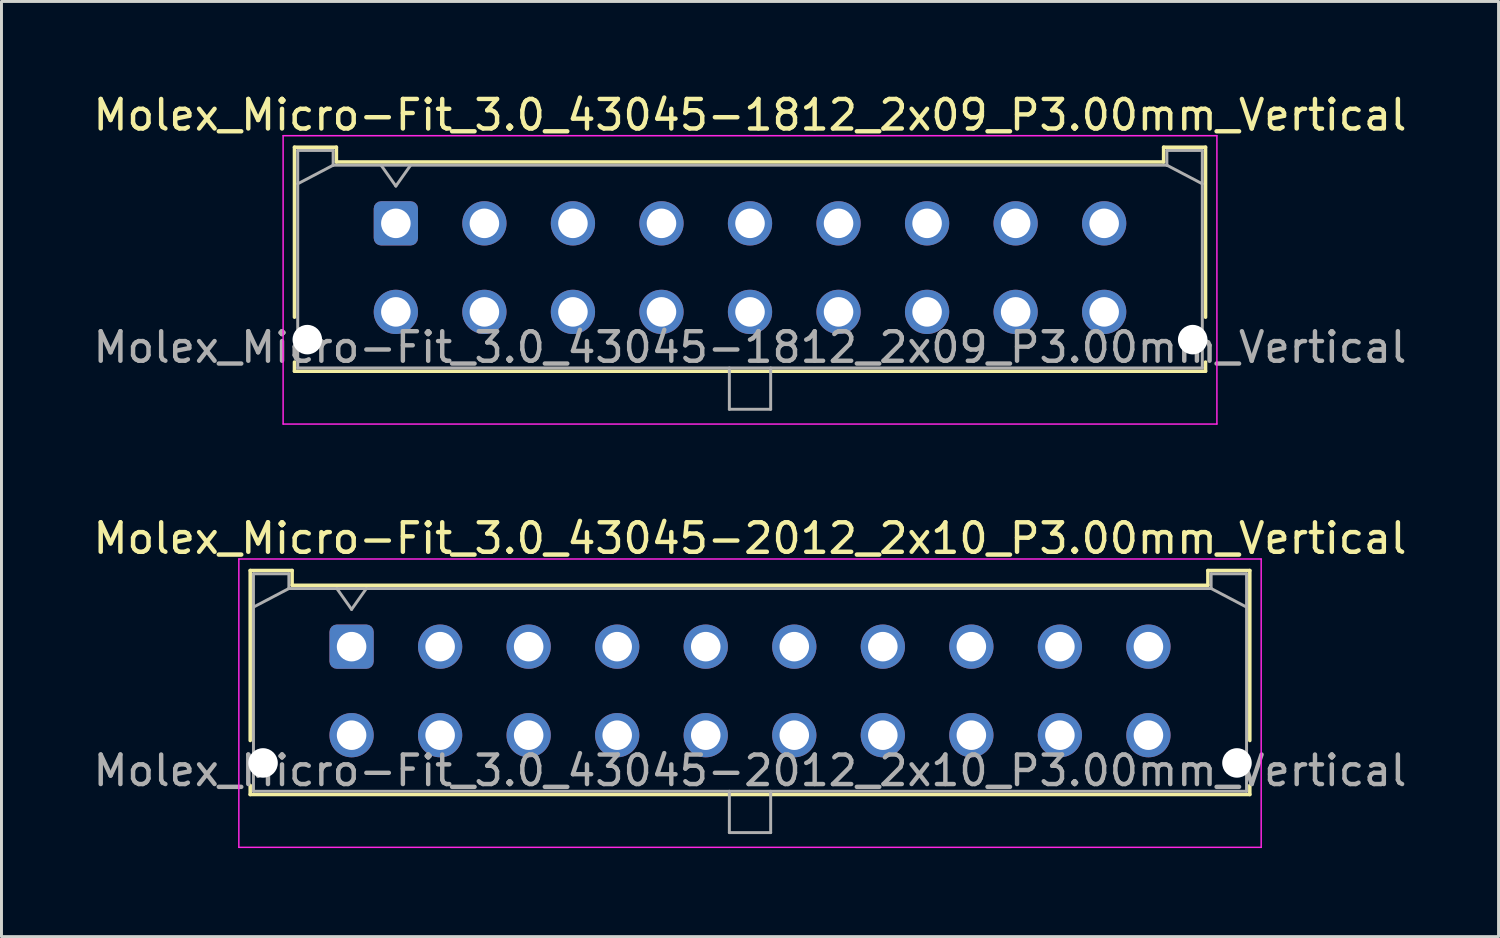
<source format=kicad_pcb>
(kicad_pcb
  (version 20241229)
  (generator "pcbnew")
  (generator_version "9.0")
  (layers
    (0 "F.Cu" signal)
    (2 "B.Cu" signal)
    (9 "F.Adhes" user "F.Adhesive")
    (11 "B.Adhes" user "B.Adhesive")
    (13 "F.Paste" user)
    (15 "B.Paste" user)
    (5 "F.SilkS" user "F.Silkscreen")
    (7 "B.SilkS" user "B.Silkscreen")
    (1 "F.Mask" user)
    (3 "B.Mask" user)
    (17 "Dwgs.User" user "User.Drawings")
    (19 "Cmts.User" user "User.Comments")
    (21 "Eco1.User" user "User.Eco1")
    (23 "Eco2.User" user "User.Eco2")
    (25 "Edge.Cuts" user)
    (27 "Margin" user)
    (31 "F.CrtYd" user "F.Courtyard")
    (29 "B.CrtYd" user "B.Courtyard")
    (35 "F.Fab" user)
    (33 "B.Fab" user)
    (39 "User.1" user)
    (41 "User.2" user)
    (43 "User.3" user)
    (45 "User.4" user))
  (footprint "Molex_Micro-Fit_3.0_43045-1812_2x09_P3.00mm_Vertical"
    (layer "F.Cu")
    (at 10.363 4.518)
    (property "Reference" "Molex_Micro-Fit_3.0_43045-1812_2x09_P3.00mm_Vertical" (at 12 -3.67 0) (layer "F.SilkS") (effects (font (size 1 1) (thickness 0.15))))
    (attr through_hole)
    (fp_line (start -3.435 -2.58) (end -2.015 -2.58) (stroke (width 0.12) (type solid)) (layer "F.SilkS"))
    (fp_line (start -3.435 3.18) (end -3.435 -2.58) (stroke (width 0.12) (type solid)) (layer "F.SilkS"))
    (fp_line (start -3.435 4.7) (end -3.435 5.01) (stroke (width 0.12) (type solid)) (layer "F.SilkS"))
    (fp_line (start -3.435 5.01) (end 27.435 5.01) (stroke (width 0.12) (type solid)) (layer "F.SilkS"))
    (fp_line (start -2.015 -2.58) (end -2.015 -2.08) (stroke (width 0.12) (type solid)) (layer "F.SilkS"))
    (fp_line (start -2.015 -2.08) (end 26.015 -2.08) (stroke (width 0.12) (type solid)) (layer "F.SilkS"))
    (fp_line (start 26.015 -2.58) (end 27.435 -2.58) (stroke (width 0.12) (type solid)) (layer "F.SilkS"))
    (fp_line (start 26.015 -2.08) (end 26.015 -2.58) (stroke (width 0.12) (type solid)) (layer "F.SilkS"))
    (fp_line (start 27.435 -2.58) (end 27.435 3.18) (stroke (width 0.12) (type solid)) (layer "F.SilkS"))
    (fp_line (start 27.435 5.01) (end 27.435 4.7) (stroke (width 0.12) (type solid)) (layer "F.SilkS"))
    (fp_line (start -3.82 -2.97) (end 27.82 -2.97) (stroke (width 0.05) (type solid)) (layer "F.CrtYd"))
    (fp_line (start -3.82 6.8) (end -3.82 -2.97) (stroke (width 0.05) (type solid)) (layer "F.CrtYd"))
    (fp_line (start 27.82 -2.97) (end 27.82 6.8) (stroke (width 0.05) (type solid)) (layer "F.CrtYd"))
    (fp_line (start 27.82 6.8) (end -3.82 6.8) (stroke (width 0.05) (type solid)) (layer "F.CrtYd"))
    (fp_line (start -3.325 -2.47) (end -3.325 4.9) (stroke (width 0.1) (type solid)) (layer "F.Fab"))
    (fp_line (start -3.325 -1.34) (end -2.125 -1.97) (stroke (width 0.1) (type solid)) (layer "F.Fab"))
    (fp_line (start -3.325 4.9) (end 27.325 4.9) (stroke (width 0.1) (type solid)) (layer "F.Fab"))
    (fp_line (start -2.125 -2.47) (end -3.325 -2.47) (stroke (width 0.1) (type solid)) (layer "F.Fab"))
    (fp_line (start -2.125 -1.97) (end -2.125 -2.47) (stroke (width 0.1) (type solid)) (layer "F.Fab"))
    (fp_line (start -0.5 -1.97) (end 0 -1.263) (stroke (width 0.1) (type solid)) (layer "F.Fab"))
    (fp_line (start 0 -1.263) (end 0.5 -1.97) (stroke (width 0.1) (type solid)) (layer "F.Fab"))
    (fp_line (start 11.3 4.9) (end 11.3 6.3) (stroke (width 0.1) (type solid)) (layer "F.Fab"))
    (fp_line (start 11.3 6.3) (end 12.7 6.3) (stroke (width 0.1) (type solid)) (layer "F.Fab"))
    (fp_line (start 12.7 6.3) (end 12.7 4.9) (stroke (width 0.1) (type solid)) (layer "F.Fab"))
    (fp_line (start 26.125 -2.47) (end 26.125 -1.97) (stroke (width 0.1) (type solid)) (layer "F.Fab"))
    (fp_line (start 26.125 -1.97) (end -2.125 -1.97) (stroke (width 0.1) (type solid)) (layer "F.Fab"))
    (fp_line (start 27.325 -2.47) (end 26.125 -2.47) (stroke (width 0.1) (type solid)) (layer "F.Fab"))
    (fp_line (start 27.325 -1.34) (end 26.125 -1.97) (stroke (width 0.1) (type solid)) (layer "F.Fab"))
    (fp_line (start 27.325 4.9) (end 27.325 -2.47) (stroke (width 0.1) (type solid)) (layer "F.Fab"))
    (fp_text user "${REFERENCE}" (at 12 4.2 0) (layer "F.Fab") (effects (font (size 1 1) (thickness 0.15))))
    (pad "" np_thru_hole circle (at -3 3.94) (size 1 1) (drill 1) (layers "*.Cu" "*.Mask"))
    (pad "" np_thru_hole circle (at 27 3.94) (size 1 1) (drill 1) (layers "*.Cu" "*.Mask"))
    (pad "1" thru_hole roundrect (at 0 0) (size 1.5 1.5) (drill 1) (layers "*.Cu" "*.Mask") (roundrect_rratio 0.167))
    (pad "2" thru_hole circle (at 3 0) (size 1.5 1.5) (drill 1) (layers "*.Cu" "*.Mask"))
    (pad "3" thru_hole circle (at 6 0) (size 1.5 1.5) (drill 1) (layers "*.Cu" "*.Mask"))
    (pad "4" thru_hole circle (at 9 0) (size 1.5 1.5) (drill 1) (layers "*.Cu" "*.Mask"))
    (pad "5" thru_hole circle (at 12 0) (size 1.5 1.5) (drill 1) (layers "*.Cu" "*.Mask"))
    (pad "6" thru_hole circle (at 15 0) (size 1.5 1.5) (drill 1) (layers "*.Cu" "*.Mask"))
    (pad "7" thru_hole circle (at 18 0) (size 1.5 1.5) (drill 1) (layers "*.Cu" "*.Mask"))
    (pad "8" thru_hole circle (at 21 0) (size 1.5 1.5) (drill 1) (layers "*.Cu" "*.Mask"))
    (pad "9" thru_hole circle (at 24 0) (size 1.5 1.5) (drill 1) (layers "*.Cu" "*.Mask"))
    (pad "10" thru_hole circle (at 0 3) (size 1.5 1.5) (drill 1) (layers "*.Cu" "*.Mask"))
    (pad "11" thru_hole circle (at 3 3) (size 1.5 1.5) (drill 1) (layers "*.Cu" "*.Mask"))
    (pad "12" thru_hole circle (at 6 3) (size 1.5 1.5) (drill 1) (layers "*.Cu" "*.Mask"))
    (pad "13" thru_hole circle (at 9 3) (size 1.5 1.5) (drill 1) (layers "*.Cu" "*.Mask"))
    (pad "14" thru_hole circle (at 12 3) (size 1.5 1.5) (drill 1) (layers "*.Cu" "*.Mask"))
    (pad "15" thru_hole circle (at 15 3) (size 1.5 1.5) (drill 1) (layers "*.Cu" "*.Mask"))
    (pad "16" thru_hole circle (at 18 3) (size 1.5 1.5) (drill 1) (layers "*.Cu" "*.Mask"))
    (pad "17" thru_hole circle (at 21 3) (size 1.5 1.5) (drill 1) (layers "*.Cu" "*.Mask"))
    (pad "18" thru_hole circle (at 24 3) (size 1.5 1.5) (drill 1) (layers "*.Cu" "*.Mask")))
  (footprint "Molex_Micro-Fit_3.0_43045-2012_2x10_P3.00mm_Vertical"
    (layer "F.Cu")
    (at 8.863 18.861)
    (property "Reference" "Molex_Micro-Fit_3.0_43045-2012_2x10_P3.00mm_Vertical" (at 13.5 -3.67 0) (layer "F.SilkS") (effects (font (size 1 1) (thickness 0.15))))
    (attr through_hole)
    (fp_line (start -3.435 -2.58) (end -2.015 -2.58) (stroke (width 0.12) (type solid)) (layer "F.SilkS"))
    (fp_line (start -3.435 3.18) (end -3.435 -2.58) (stroke (width 0.12) (type solid)) (layer "F.SilkS"))
    (fp_line (start -3.435 4.7) (end -3.435 5.01) (stroke (width 0.12) (type solid)) (layer "F.SilkS"))
    (fp_line (start -3.435 5.01) (end 30.435 5.01) (stroke (width 0.12) (type solid)) (layer "F.SilkS"))
    (fp_line (start -2.015 -2.58) (end -2.015 -2.08) (stroke (width 0.12) (type solid)) (layer "F.SilkS"))
    (fp_line (start -2.015 -2.08) (end 29.015 -2.08) (stroke (width 0.12) (type solid)) (layer "F.SilkS"))
    (fp_line (start 29.015 -2.58) (end 30.435 -2.58) (stroke (width 0.12) (type solid)) (layer "F.SilkS"))
    (fp_line (start 29.015 -2.08) (end 29.015 -2.58) (stroke (width 0.12) (type solid)) (layer "F.SilkS"))
    (fp_line (start 30.435 -2.58) (end 30.435 3.18) (stroke (width 0.12) (type solid)) (layer "F.SilkS"))
    (fp_line (start 30.435 5.01) (end 30.435 4.7) (stroke (width 0.12) (type solid)) (layer "F.SilkS"))
    (fp_line (start -3.82 -2.97) (end 30.82 -2.97) (stroke (width 0.05) (type solid)) (layer "F.CrtYd"))
    (fp_line (start -3.82 6.8) (end -3.82 -2.97) (stroke (width 0.05) (type solid)) (layer "F.CrtYd"))
    (fp_line (start 30.82 -2.97) (end 30.82 6.8) (stroke (width 0.05) (type solid)) (layer "F.CrtYd"))
    (fp_line (start 30.82 6.8) (end -3.82 6.8) (stroke (width 0.05) (type solid)) (layer "F.CrtYd"))
    (fp_line (start -3.325 -2.47) (end -3.325 4.9) (stroke (width 0.1) (type solid)) (layer "F.Fab"))
    (fp_line (start -3.325 -1.34) (end -2.125 -1.97) (stroke (width 0.1) (type solid)) (layer "F.Fab"))
    (fp_line (start -3.325 4.9) (end 30.325 4.9) (stroke (width 0.1) (type solid)) (layer "F.Fab"))
    (fp_line (start -2.125 -2.47) (end -3.325 -2.47) (stroke (width 0.1) (type solid)) (layer "F.Fab"))
    (fp_line (start -2.125 -1.97) (end -2.125 -2.47) (stroke (width 0.1) (type solid)) (layer "F.Fab"))
    (fp_line (start -0.5 -1.97) (end 0 -1.263) (stroke (width 0.1) (type solid)) (layer "F.Fab"))
    (fp_line (start 0 -1.263) (end 0.5 -1.97) (stroke (width 0.1) (type solid)) (layer "F.Fab"))
    (fp_line (start 12.8 4.9) (end 12.8 6.3) (stroke (width 0.1) (type solid)) (layer "F.Fab"))
    (fp_line (start 12.8 6.3) (end 14.2 6.3) (stroke (width 0.1) (type solid)) (layer "F.Fab"))
    (fp_line (start 14.2 6.3) (end 14.2 4.9) (stroke (width 0.1) (type solid)) (layer "F.Fab"))
    (fp_line (start 29.125 -2.47) (end 29.125 -1.97) (stroke (width 0.1) (type solid)) (layer "F.Fab"))
    (fp_line (start 29.125 -1.97) (end -2.125 -1.97) (stroke (width 0.1) (type solid)) (layer "F.Fab"))
    (fp_line (start 30.325 -2.47) (end 29.125 -2.47) (stroke (width 0.1) (type solid)) (layer "F.Fab"))
    (fp_line (start 30.325 -1.34) (end 29.125 -1.97) (stroke (width 0.1) (type solid)) (layer "F.Fab"))
    (fp_line (start 30.325 4.9) (end 30.325 -2.47) (stroke (width 0.1) (type solid)) (layer "F.Fab"))
    (fp_text user "${REFERENCE}" (at 13.5 4.2 0) (layer "F.Fab") (effects (font (size 1 1) (thickness 0.15))))
    (pad "" np_thru_hole circle (at -3 3.94) (size 1 1) (drill 1) (layers "*.Cu" "*.Mask"))
    (pad "" np_thru_hole circle (at 30 3.94) (size 1 1) (drill 1) (layers "*.Cu" "*.Mask"))
    (pad "1" thru_hole roundrect (at 0 0) (size 1.5 1.5) (drill 1) (layers "*.Cu" "*.Mask") (roundrect_rratio 0.167))
    (pad "2" thru_hole circle (at 3 0) (size 1.5 1.5) (drill 1) (layers "*.Cu" "*.Mask"))
    (pad "3" thru_hole circle (at 6 0) (size 1.5 1.5) (drill 1) (layers "*.Cu" "*.Mask"))
    (pad "4" thru_hole circle (at 9 0) (size 1.5 1.5) (drill 1) (layers "*.Cu" "*.Mask"))
    (pad "5" thru_hole circle (at 12 0) (size 1.5 1.5) (drill 1) (layers "*.Cu" "*.Mask"))
    (pad "6" thru_hole circle (at 15 0) (size 1.5 1.5) (drill 1) (layers "*.Cu" "*.Mask"))
    (pad "7" thru_hole circle (at 18 0) (size 1.5 1.5) (drill 1) (layers "*.Cu" "*.Mask"))
    (pad "8" thru_hole circle (at 21 0) (size 1.5 1.5) (drill 1) (layers "*.Cu" "*.Mask"))
    (pad "9" thru_hole circle (at 24 0) (size 1.5 1.5) (drill 1) (layers "*.Cu" "*.Mask"))
    (pad "10" thru_hole circle (at 27 0) (size 1.5 1.5) (drill 1) (layers "*.Cu" "*.Mask"))
    (pad "11" thru_hole circle (at 0 3) (size 1.5 1.5) (drill 1) (layers "*.Cu" "*.Mask"))
    (pad "12" thru_hole circle (at 3 3) (size 1.5 1.5) (drill 1) (layers "*.Cu" "*.Mask"))
    (pad "13" thru_hole circle (at 6 3) (size 1.5 1.5) (drill 1) (layers "*.Cu" "*.Mask"))
    (pad "14" thru_hole circle (at 9 3) (size 1.5 1.5) (drill 1) (layers "*.Cu" "*.Mask"))
    (pad "15" thru_hole circle (at 12 3) (size 1.5 1.5) (drill 1) (layers "*.Cu" "*.Mask"))
    (pad "16" thru_hole circle (at 15 3) (size 1.5 1.5) (drill 1) (layers "*.Cu" "*.Mask"))
    (pad "17" thru_hole circle (at 18 3) (size 1.5 1.5) (drill 1) (layers "*.Cu" "*.Mask"))
    (pad "18" thru_hole circle (at 21 3) (size 1.5 1.5) (drill 1) (layers "*.Cu" "*.Mask"))
    (pad "19" thru_hole circle (at 24 3) (size 1.5 1.5) (drill 1) (layers "*.Cu" "*.Mask"))
    (pad "20" thru_hole circle (at 27 3) (size 1.5 1.5) (drill 1) (layers "*.Cu" "*.Mask")))
  (gr_rect
    (start -3 -3)
    (end 47.726 28.686)
    (stroke (width 0.1) (type default))
    (fill no)
    (layer "Edge.Cuts")))
</source>
